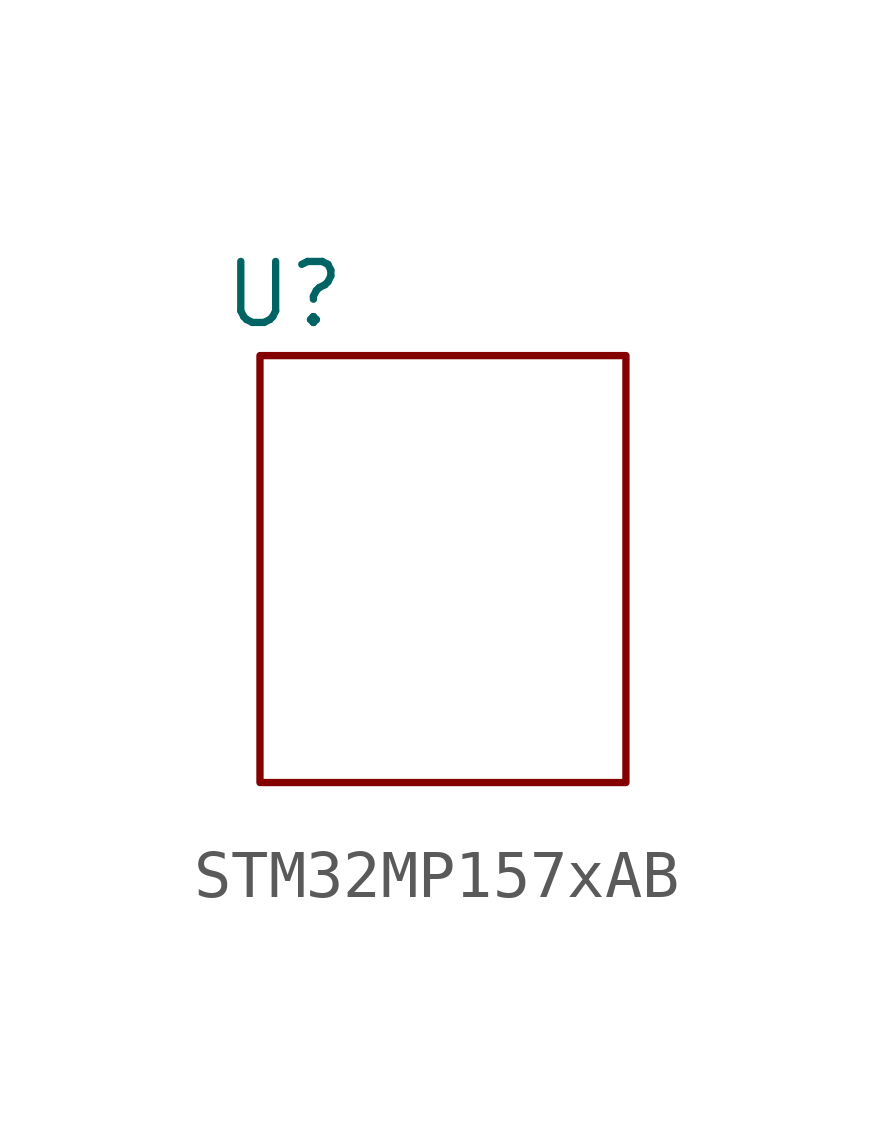
<source format=kicad_sym>
(kicad_symbol_lib
  (version 20241209)
  (generator "kicad_symbol_editor")
  (generator_version "9.0")
  (symbol "STM32MP157xAB"
    (property "Reference" "U"
      (at -3.302 5.08 0)
      (effects (font (size 1.27 1.27))))
    (property "Value" ""
      (at 0 0 0)
      (effects (font (size 1.27 1.27))))
    (property "ki_locked" ""
      (at 0 0 0)
      (effects (font (size 1.27 1.27))))
    (symbol "STM32MP157xAB_1_1"
      (rectangle (start -3.81 3.81) (end 3.81 -5.08) (stroke (width 0) (type default)) (fill (type none))))))
</source>
